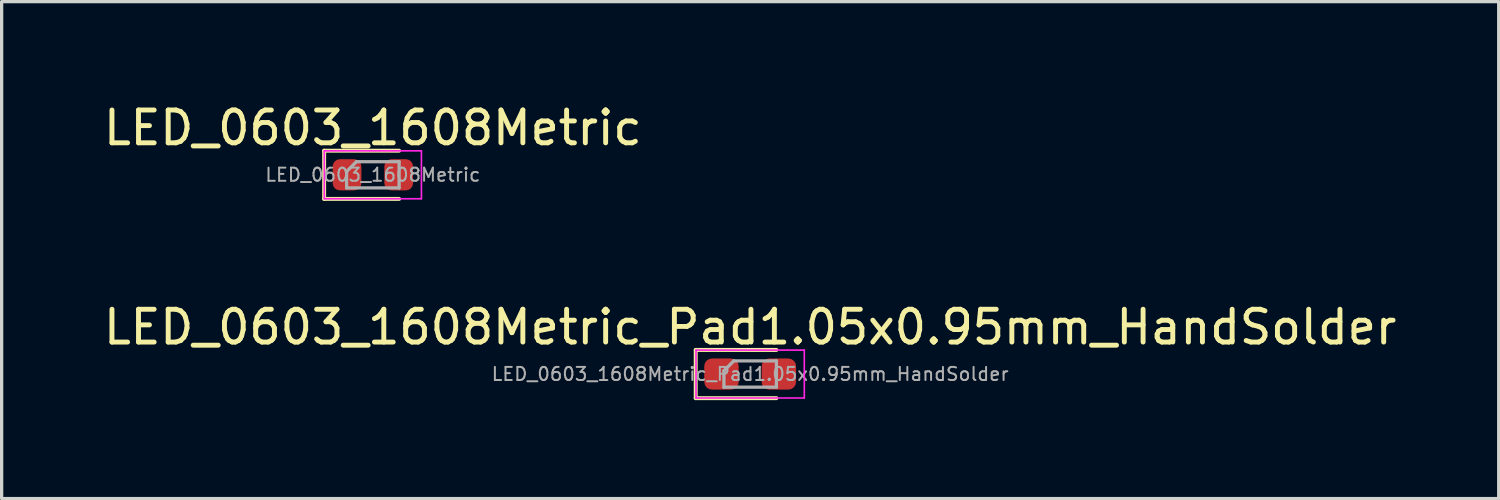
<source format=kicad_pcb>
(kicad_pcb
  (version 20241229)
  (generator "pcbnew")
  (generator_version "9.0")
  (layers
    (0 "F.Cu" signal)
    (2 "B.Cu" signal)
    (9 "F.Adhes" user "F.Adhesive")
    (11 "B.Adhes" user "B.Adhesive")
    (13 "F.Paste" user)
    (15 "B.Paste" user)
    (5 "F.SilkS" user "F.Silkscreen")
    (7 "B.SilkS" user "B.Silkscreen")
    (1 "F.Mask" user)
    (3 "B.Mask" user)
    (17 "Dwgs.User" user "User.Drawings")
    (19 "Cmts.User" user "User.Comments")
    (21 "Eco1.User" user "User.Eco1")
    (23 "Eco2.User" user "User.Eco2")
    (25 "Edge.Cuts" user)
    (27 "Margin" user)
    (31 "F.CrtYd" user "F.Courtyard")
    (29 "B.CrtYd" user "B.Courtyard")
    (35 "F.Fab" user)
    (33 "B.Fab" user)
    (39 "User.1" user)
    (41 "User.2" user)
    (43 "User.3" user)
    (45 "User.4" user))
  (footprint "LED_0603_1608Metric"
    (layer "F.Cu")
    (at 8.315 2.278)
    (property "Reference" "LED_0603_1608Metric" (at 0 -1.43 0) (layer "F.SilkS") (effects (font (size 1 1) (thickness 0.15))))
    (attr smd)
    (fp_line (start -1.485 -0.735) (end -1.485 0.735) (stroke (width 0.12) (type solid)) (layer "F.SilkS"))
    (fp_line (start -1.485 0.735) (end 0.8 0.735) (stroke (width 0.12) (type solid)) (layer "F.SilkS"))
    (fp_line (start 0.8 -0.735) (end -1.485 -0.735) (stroke (width 0.12) (type solid)) (layer "F.SilkS"))
    (fp_line (start -1.48 -0.73) (end 1.48 -0.73) (stroke (width 0.05) (type solid)) (layer "F.CrtYd"))
    (fp_line (start -1.48 0.73) (end -1.48 -0.73) (stroke (width 0.05) (type solid)) (layer "F.CrtYd"))
    (fp_line (start 1.48 -0.73) (end 1.48 0.73) (stroke (width 0.05) (type solid)) (layer "F.CrtYd"))
    (fp_line (start 1.48 0.73) (end -1.48 0.73) (stroke (width 0.05) (type solid)) (layer "F.CrtYd"))
    (fp_line (start -0.8 -0.1) (end -0.8 0.4) (stroke (width 0.1) (type solid)) (layer "F.Fab"))
    (fp_line (start -0.8 0.4) (end 0.8 0.4) (stroke (width 0.1) (type solid)) (layer "F.Fab"))
    (fp_line (start -0.5 -0.4) (end -0.8 -0.1) (stroke (width 0.1) (type solid)) (layer "F.Fab"))
    (fp_line (start 0.8 -0.4) (end -0.5 -0.4) (stroke (width 0.1) (type solid)) (layer "F.Fab"))
    (fp_line (start 0.8 0.4) (end 0.8 -0.4) (stroke (width 0.1) (type solid)) (layer "F.Fab"))
    (fp_text user "${REFERENCE}" (at 0 0 0) (layer "F.Fab") (effects (font (size 0.4 0.4) (thickness 0.06))))
    (pad "1" smd roundrect (at -0.787 0) (size 0.875 0.95) (layers "F.Cu" "F.Mask" "F.Paste") (roundrect_rratio 0.25))
    (pad "2" smd roundrect (at 0.787 0) (size 0.875 0.95) (layers "F.Cu" "F.Mask" "F.Paste") (roundrect_rratio 0.25)))
  (footprint "LED_0603_1608Metric_Pad1.05x0.95mm_HandSolder"
    (layer "F.Cu")
    (at 19.815 8.351)
    (property "Reference" "LED_0603_1608Metric_Pad1.05x0.95mm_HandSolder" (at 0 -1.43 0) (layer "F.SilkS") (effects (font (size 1 1) (thickness 0.15))))
    (attr smd)
    (fp_line (start -1.66 -0.735) (end -1.66 0.735) (stroke (width 0.12) (type solid)) (layer "F.SilkS"))
    (fp_line (start -1.66 0.735) (end 0.8 0.735) (stroke (width 0.12) (type solid)) (layer "F.SilkS"))
    (fp_line (start 0.8 -0.735) (end -1.66 -0.735) (stroke (width 0.12) (type solid)) (layer "F.SilkS"))
    (fp_line (start -1.65 -0.73) (end 1.65 -0.73) (stroke (width 0.05) (type solid)) (layer "F.CrtYd"))
    (fp_line (start -1.65 0.73) (end -1.65 -0.73) (stroke (width 0.05) (type solid)) (layer "F.CrtYd"))
    (fp_line (start 1.65 -0.73) (end 1.65 0.73) (stroke (width 0.05) (type solid)) (layer "F.CrtYd"))
    (fp_line (start 1.65 0.73) (end -1.65 0.73) (stroke (width 0.05) (type solid)) (layer "F.CrtYd"))
    (fp_line (start -0.8 -0.1) (end -0.8 0.4) (stroke (width 0.1) (type solid)) (layer "F.Fab"))
    (fp_line (start -0.8 0.4) (end 0.8 0.4) (stroke (width 0.1) (type solid)) (layer "F.Fab"))
    (fp_line (start -0.5 -0.4) (end -0.8 -0.1) (stroke (width 0.1) (type solid)) (layer "F.Fab"))
    (fp_line (start 0.8 -0.4) (end -0.5 -0.4) (stroke (width 0.1) (type solid)) (layer "F.Fab"))
    (fp_line (start 0.8 0.4) (end 0.8 -0.4) (stroke (width 0.1) (type solid)) (layer "F.Fab"))
    (fp_text user "${REFERENCE}" (at 0 0 0) (layer "F.Fab") (effects (font (size 0.4 0.4) (thickness 0.06))))
    (pad "1" smd roundrect (at -0.875 0) (size 1.05 0.95) (layers "F.Cu" "F.Mask" "F.Paste") (roundrect_rratio 0.25))
    (pad "2" smd roundrect (at 0.875 0) (size 1.05 0.95) (layers "F.Cu" "F.Mask" "F.Paste") (roundrect_rratio 0.25)))
  (gr_rect
    (start -3 -3)
    (end 42.631 12.146)
    (stroke (width 0.1) (type default))
    (fill no)
    (layer "Edge.Cuts")))
</source>
